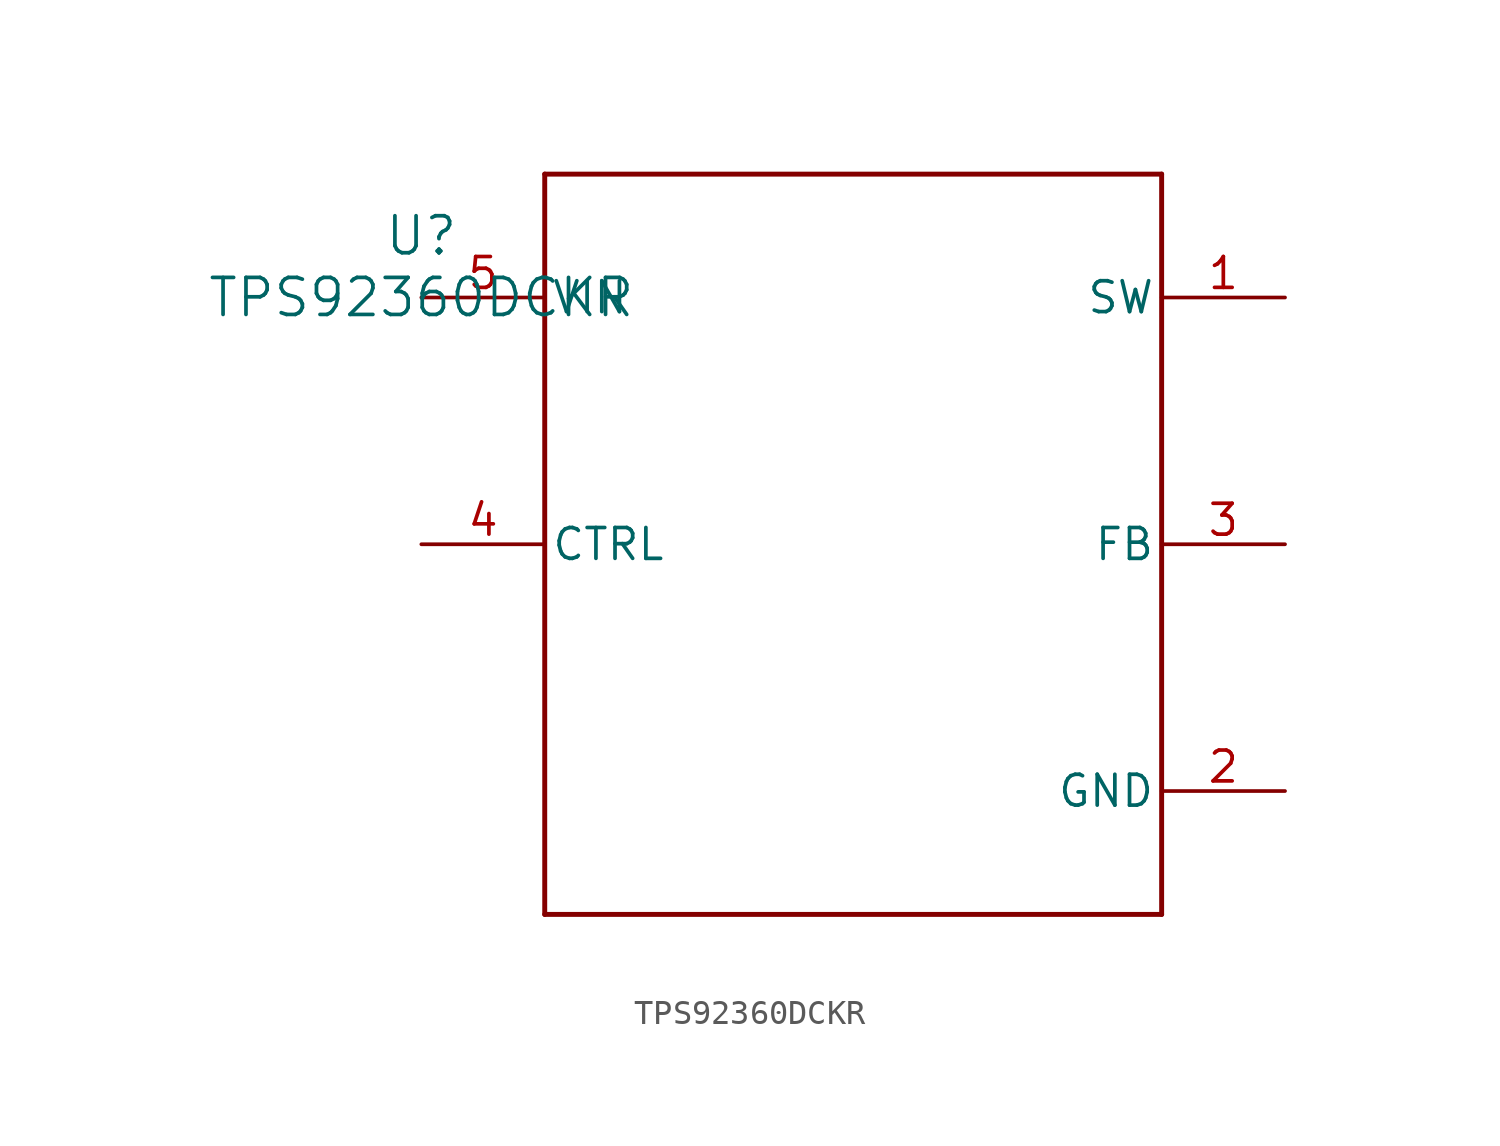
<source format=kicad_sym>
(kicad_symbol_lib
  (version 20211014)
  (generator kicad_symbol_editor)
  (symbol "TPS92360DCKR"
    (pin_names
      (offset 0.254))
    (property "Reference" "U"
      (at 0 2.54 0)
      (effects (font (size 1.524 1.524))))
    (property "Value" "TPS92360DCKR"
      (at 0 0 0)
      (effects (font (size 1.524 1.524))))
    (symbol "TPS92360DCKR_0_1"
      (polyline (pts (xy 5.08 -25.4) (xy 30.48 -25.4)) (stroke (width 0.203) (type default) (color 0 0 0 0)) (fill (type none)))
      (polyline (pts (xy 30.48 -25.4) (xy 30.48 5.08)) (stroke (width 0.203) (type default) (color 0 0 0 0)) (fill (type none)))
      (polyline (pts (xy 30.48 5.08) (xy 5.08 5.08)) (stroke (width 0.203) (type default) (color 0 0 0 0)) (fill (type none)))
      (polyline (pts (xy 5.08 5.08) (xy 5.08 -25.4)) (stroke (width 0.203) (type default) (color 0 0 0 0)) (fill (type none)))
      (pin unspecified line (at 35.56 0 180) (length 5.08) (name "SW" (effects (font (size 1.27 1.27)))) (number "1" (effects (font (size 1.27 1.27)))))
      (pin power_in line (at 35.56 -20.32 180) (length 5.08) (name "GND" (effects (font (size 1.27 1.27)))) (number "2" (effects (font (size 1.27 1.27)))))
      (pin unspecified line (at 35.56 -10.16 180) (length 5.08) (name "FB" (effects (font (size 1.27 1.27)))) (number "3" (effects (font (size 1.27 1.27)))))
      (pin input line (at 0 -10.16 0) (length 5.08) (name "CTRL" (effects (font (size 1.27 1.27)))) (number "4" (effects (font (size 1.27 1.27)))))
      (pin power_in line (at 0 0 0) (length 5.08) (name "VIN" (effects (font (size 1.27 1.27)))) (number "5" (effects (font (size 1.27 1.27))))))))
</source>
